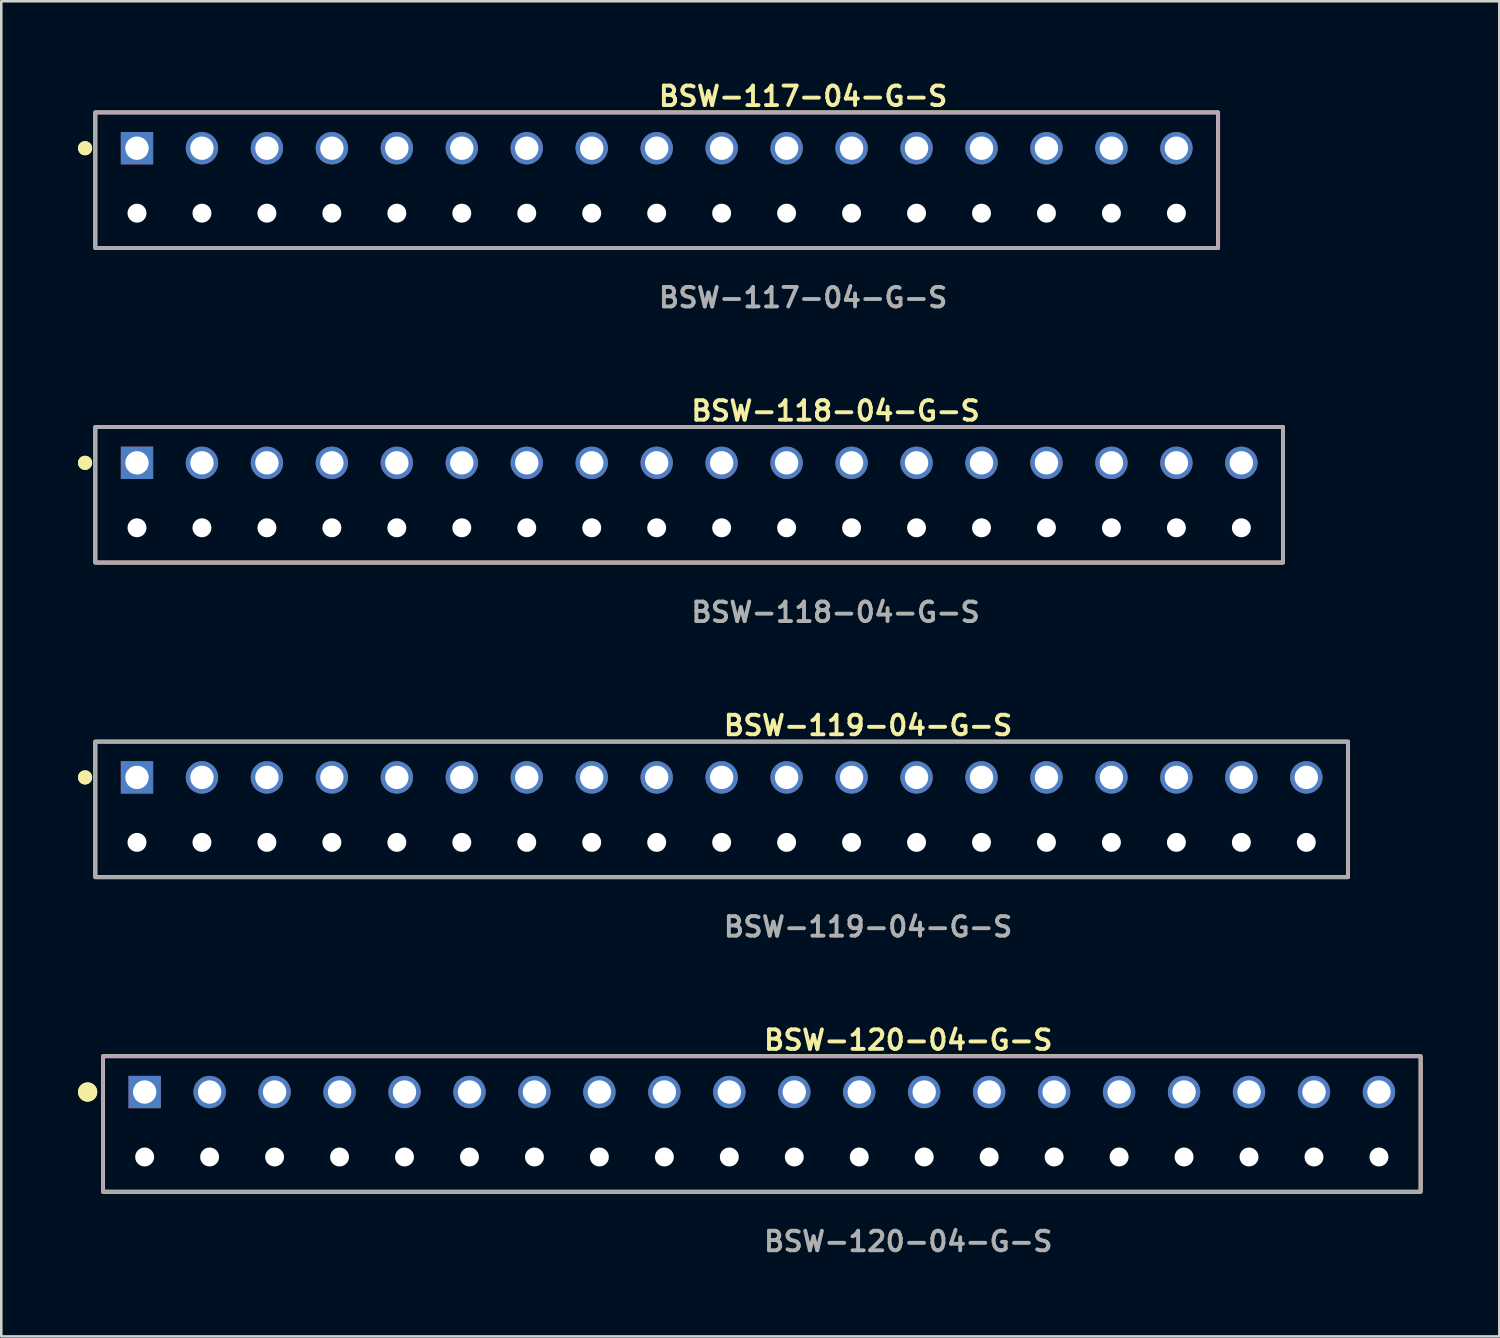
<source format=kicad_pcb>
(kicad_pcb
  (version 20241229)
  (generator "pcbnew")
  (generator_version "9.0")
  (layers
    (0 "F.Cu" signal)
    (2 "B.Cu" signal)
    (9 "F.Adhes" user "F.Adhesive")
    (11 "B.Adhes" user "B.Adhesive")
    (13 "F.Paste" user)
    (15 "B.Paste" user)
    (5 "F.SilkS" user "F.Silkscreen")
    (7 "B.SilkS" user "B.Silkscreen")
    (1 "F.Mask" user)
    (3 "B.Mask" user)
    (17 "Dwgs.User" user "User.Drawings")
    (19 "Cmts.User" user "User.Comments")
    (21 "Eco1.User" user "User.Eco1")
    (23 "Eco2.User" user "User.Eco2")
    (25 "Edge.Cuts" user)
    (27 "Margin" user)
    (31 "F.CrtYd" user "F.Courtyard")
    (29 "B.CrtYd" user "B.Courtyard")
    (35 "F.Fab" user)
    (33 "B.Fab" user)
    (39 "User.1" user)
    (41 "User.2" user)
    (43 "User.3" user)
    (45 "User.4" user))
  (footprint "BSW-118-04-G-S"
    (layer "F.Cu")
    (at 23.896 15.046)
    (property "Reference" "BSW-118-04-G-S" (at 0 -2.032 0) (unlocked yes) (layer "F.SilkS") (effects (font (size 0.762 0.762) (thickness 0.152)) (justify left)))
    (fp_rect (start -23.22 3.9) (end 23.22 -1.4) (stroke (width 0.152) (type solid)) (fill no) (layer "F.SilkS"))
    (fp_circle (center -23.62 0) (end -23.82 0) (stroke (width 0.152) (type solid)) (fill yes) (layer "F.SilkS"))
    (fp_circle (center -23.62 0) (end -23.82 0) (stroke (width 0.152) (type solid)) (fill yes) (layer "F.SilkS"))
    (fp_rect (start -23.22 3.9) (end 23.22 -1.4) (stroke (width 0.006) (type solid)) (fill no) (layer "F.CrtYd"))
    (fp_rect (start -23.22 3.9) (end 23.22 -1.4) (stroke (width 0.152) (type solid)) (fill no) (layer "F.Fab"))
    (fp_text user "${REFERENCE}" (at 0 5.842 0) (unlocked yes) (layer "F.Fab") (effects (font (size 0.762 0.762) (thickness 0.152)) (justify left)))
    (pad "" np_thru_hole circle (at -21.59 2.54) (size 0.74 0.74) (drill 0.74) (layers "*.Cu" "*.Mask"))
    (pad "" np_thru_hole circle (at -19.05 2.54) (size 0.74 0.74) (drill 0.74) (layers "*.Cu" "*.Mask"))
    (pad "" np_thru_hole circle (at -16.51 2.54) (size 0.74 0.74) (drill 0.74) (layers "*.Cu" "*.Mask"))
    (pad "" np_thru_hole circle (at -13.97 2.54) (size 0.74 0.74) (drill 0.74) (layers "*.Cu" "*.Mask"))
    (pad "" np_thru_hole circle (at -11.43 2.54) (size 0.74 0.74) (drill 0.74) (layers "*.Cu" "*.Mask"))
    (pad "" np_thru_hole circle (at -8.89 2.54) (size 0.74 0.74) (drill 0.74) (layers "*.Cu" "*.Mask"))
    (pad "" np_thru_hole circle (at -6.35 2.54) (size 0.74 0.74) (drill 0.74) (layers "*.Cu" "*.Mask"))
    (pad "" np_thru_hole circle (at -3.81 2.54) (size 0.74 0.74) (drill 0.74) (layers "*.Cu" "*.Mask"))
    (pad "" np_thru_hole circle (at -1.27 2.54) (size 0.74 0.74) (drill 0.74) (layers "*.Cu" "*.Mask"))
    (pad "" np_thru_hole circle (at 1.27 2.54) (size 0.74 0.74) (drill 0.74) (layers "*.Cu" "*.Mask"))
    (pad "" np_thru_hole circle (at 3.81 2.54) (size 0.74 0.74) (drill 0.74) (layers "*.Cu" "*.Mask"))
    (pad "" np_thru_hole circle (at 6.35 2.54) (size 0.74 0.74) (drill 0.74) (layers "*.Cu" "*.Mask"))
    (pad "" np_thru_hole circle (at 8.89 2.54) (size 0.74 0.74) (drill 0.74) (layers "*.Cu" "*.Mask"))
    (pad "" np_thru_hole circle (at 11.43 2.54) (size 0.74 0.74) (drill 0.74) (layers "*.Cu" "*.Mask"))
    (pad "" np_thru_hole circle (at 13.97 2.54) (size 0.74 0.74) (drill 0.74) (layers "*.Cu" "*.Mask"))
    (pad "" np_thru_hole circle (at 16.51 2.54) (size 0.74 0.74) (drill 0.74) (layers "*.Cu" "*.Mask"))
    (pad "" np_thru_hole circle (at 19.05 2.54) (size 0.74 0.74) (drill 0.74) (layers "*.Cu" "*.Mask"))
    (pad "" np_thru_hole circle (at 21.59 2.54) (size 0.74 0.74) (drill 0.74) (layers "*.Cu" "*.Mask"))
    (pad "1" thru_hole rect (at -21.59 0) (size 1.264 1.264) (drill 0.914) (layers "*.Cu" "*.Mask"))
    (pad "2" thru_hole circle (at -19.05 0) (size 1.264 1.264) (drill 0.914) (layers "*.Cu" "*.Mask"))
    (pad "3" thru_hole circle (at -16.51 0) (size 1.264 1.264) (drill 0.914) (layers "*.Cu" "*.Mask"))
    (pad "4" thru_hole circle (at -13.97 0) (size 1.264 1.264) (drill 0.914) (layers "*.Cu" "*.Mask"))
    (pad "5" thru_hole circle (at -11.43 0) (size 1.264 1.264) (drill 0.914) (layers "*.Cu" "*.Mask"))
    (pad "6" thru_hole circle (at -8.89 0) (size 1.264 1.264) (drill 0.914) (layers "*.Cu" "*.Mask"))
    (pad "7" thru_hole circle (at -6.35 0) (size 1.264 1.264) (drill 0.914) (layers "*.Cu" "*.Mask"))
    (pad "8" thru_hole circle (at -3.81 0) (size 1.264 1.264) (drill 0.914) (layers "*.Cu" "*.Mask"))
    (pad "9" thru_hole circle (at -1.27 0) (size 1.264 1.264) (drill 0.914) (layers "*.Cu" "*.Mask"))
    (pad "10" thru_hole circle (at 1.27 0) (size 1.264 1.264) (drill 0.914) (layers "*.Cu" "*.Mask"))
    (pad "11" thru_hole circle (at 3.81 0) (size 1.264 1.264) (drill 0.914) (layers "*.Cu" "*.Mask"))
    (pad "12" thru_hole circle (at 6.35 0) (size 1.264 1.264) (drill 0.914) (layers "*.Cu" "*.Mask"))
    (pad "13" thru_hole circle (at 8.89 0) (size 1.264 1.264) (drill 0.914) (layers "*.Cu" "*.Mask"))
    (pad "14" thru_hole circle (at 11.43 0) (size 1.264 1.264) (drill 0.914) (layers "*.Cu" "*.Mask"))
    (pad "15" thru_hole circle (at 13.97 0) (size 1.264 1.264) (drill 0.914) (layers "*.Cu" "*.Mask"))
    (pad "16" thru_hole circle (at 16.51 0) (size 1.264 1.264) (drill 0.914) (layers "*.Cu" "*.Mask"))
    (pad "17" thru_hole circle (at 19.05 0) (size 1.264 1.264) (drill 0.914) (layers "*.Cu" "*.Mask"))
    (pad "18" thru_hole circle (at 21.59 0) (size 1.264 1.264) (drill 0.914) (layers "*.Cu" "*.Mask")))
  (footprint "BSW-120-04-G-S"
    (layer "F.Cu")
    (at 26.736 39.647)
    (property "Reference" "BSW-120-04-G-S" (at 0 -2.032 0) (unlocked yes) (layer "F.SilkS") (effects (font (size 0.762 0.762) (thickness 0.152)) (justify left)))
    (fp_rect (start -25.76 3.9) (end 25.76 -1.4) (stroke (width 0.152) (type solid)) (fill no) (layer "F.SilkS"))
    (fp_circle (center -26.36 0) (end -26.66 0) (stroke (width 0.152) (type solid)) (fill yes) (layer "F.SilkS"))
    (fp_circle (center -26.36 0) (end -26.66 0) (stroke (width 0.152) (type solid)) (fill yes) (layer "F.SilkS"))
    (fp_rect (start -25.76 3.9) (end 25.76 -1.4) (stroke (width 0.006) (type solid)) (fill no) (layer "F.CrtYd"))
    (fp_rect (start -25.76 3.9) (end 25.76 -1.4) (stroke (width 0.152) (type solid)) (fill no) (layer "F.Fab"))
    (fp_text user "${REFERENCE}" (at 0 5.842 0) (unlocked yes) (layer "F.Fab") (effects (font (size 0.762 0.762) (thickness 0.152)) (justify left)))
    (pad "" np_thru_hole circle (at -24.13 2.54) (size 0.74 0.74) (drill 0.74) (layers "*.Cu" "*.Mask"))
    (pad "" np_thru_hole circle (at -21.59 2.54) (size 0.74 0.74) (drill 0.74) (layers "*.Cu" "*.Mask"))
    (pad "" np_thru_hole circle (at -19.05 2.54) (size 0.74 0.74) (drill 0.74) (layers "*.Cu" "*.Mask"))
    (pad "" np_thru_hole circle (at -16.51 2.54) (size 0.74 0.74) (drill 0.74) (layers "*.Cu" "*.Mask"))
    (pad "" np_thru_hole circle (at -13.97 2.54) (size 0.74 0.74) (drill 0.74) (layers "*.Cu" "*.Mask"))
    (pad "" np_thru_hole circle (at -11.43 2.54) (size 0.74 0.74) (drill 0.74) (layers "*.Cu" "*.Mask"))
    (pad "" np_thru_hole circle (at -8.89 2.54) (size 0.74 0.74) (drill 0.74) (layers "*.Cu" "*.Mask"))
    (pad "" np_thru_hole circle (at -6.35 2.54) (size 0.74 0.74) (drill 0.74) (layers "*.Cu" "*.Mask"))
    (pad "" np_thru_hole circle (at -3.81 2.54) (size 0.74 0.74) (drill 0.74) (layers "*.Cu" "*.Mask"))
    (pad "" np_thru_hole circle (at -1.27 2.54) (size 0.74 0.74) (drill 0.74) (layers "*.Cu" "*.Mask"))
    (pad "" np_thru_hole circle (at 1.27 2.54) (size 0.74 0.74) (drill 0.74) (layers "*.Cu" "*.Mask"))
    (pad "" np_thru_hole circle (at 3.81 2.54) (size 0.74 0.74) (drill 0.74) (layers "*.Cu" "*.Mask"))
    (pad "" np_thru_hole circle (at 6.35 2.54) (size 0.74 0.74) (drill 0.74) (layers "*.Cu" "*.Mask"))
    (pad "" np_thru_hole circle (at 8.89 2.54) (size 0.74 0.74) (drill 0.74) (layers "*.Cu" "*.Mask"))
    (pad "" np_thru_hole circle (at 11.43 2.54) (size 0.74 0.74) (drill 0.74) (layers "*.Cu" "*.Mask"))
    (pad "" np_thru_hole circle (at 13.97 2.54) (size 0.74 0.74) (drill 0.74) (layers "*.Cu" "*.Mask"))
    (pad "" np_thru_hole circle (at 16.51 2.54) (size 0.74 0.74) (drill 0.74) (layers "*.Cu" "*.Mask"))
    (pad "" np_thru_hole circle (at 19.05 2.54) (size 0.74 0.74) (drill 0.74) (layers "*.Cu" "*.Mask"))
    (pad "" np_thru_hole circle (at 21.59 2.54) (size 0.74 0.74) (drill 0.74) (layers "*.Cu" "*.Mask"))
    (pad "" np_thru_hole circle (at 24.13 2.54) (size 0.74 0.74) (drill 0.74) (layers "*.Cu" "*.Mask"))
    (pad "1" thru_hole rect (at -24.13 0) (size 1.264 1.264) (drill 0.914) (layers "*.Cu" "*.Mask"))
    (pad "2" thru_hole circle (at -21.59 0) (size 1.264 1.264) (drill 0.914) (layers "*.Cu" "*.Mask"))
    (pad "3" thru_hole circle (at -19.05 0) (size 1.264 1.264) (drill 0.914) (layers "*.Cu" "*.Mask"))
    (pad "4" thru_hole circle (at -16.51 0) (size 1.264 1.264) (drill 0.914) (layers "*.Cu" "*.Mask"))
    (pad "5" thru_hole circle (at -13.97 0) (size 1.264 1.264) (drill 0.914) (layers "*.Cu" "*.Mask"))
    (pad "6" thru_hole circle (at -11.43 0) (size 1.264 1.264) (drill 0.914) (layers "*.Cu" "*.Mask"))
    (pad "7" thru_hole circle (at -8.89 0) (size 1.264 1.264) (drill 0.914) (layers "*.Cu" "*.Mask"))
    (pad "8" thru_hole circle (at -6.35 0) (size 1.264 1.264) (drill 0.914) (layers "*.Cu" "*.Mask"))
    (pad "9" thru_hole circle (at -3.81 0) (size 1.264 1.264) (drill 0.914) (layers "*.Cu" "*.Mask"))
    (pad "10" thru_hole circle (at -1.27 0) (size 1.264 1.264) (drill 0.914) (layers "*.Cu" "*.Mask"))
    (pad "11" thru_hole circle (at 1.27 0) (size 1.264 1.264) (drill 0.914) (layers "*.Cu" "*.Mask"))
    (pad "12" thru_hole circle (at 3.81 0) (size 1.264 1.264) (drill 0.914) (layers "*.Cu" "*.Mask"))
    (pad "13" thru_hole circle (at 6.35 0) (size 1.264 1.264) (drill 0.914) (layers "*.Cu" "*.Mask"))
    (pad "14" thru_hole circle (at 8.89 0) (size 1.264 1.264) (drill 0.914) (layers "*.Cu" "*.Mask"))
    (pad "15" thru_hole circle (at 11.43 0) (size 1.264 1.264) (drill 0.914) (layers "*.Cu" "*.Mask"))
    (pad "16" thru_hole circle (at 13.97 0) (size 1.264 1.264) (drill 0.914) (layers "*.Cu" "*.Mask"))
    (pad "17" thru_hole circle (at 16.51 0) (size 1.264 1.264) (drill 0.914) (layers "*.Cu" "*.Mask"))
    (pad "18" thru_hole circle (at 19.05 0) (size 1.264 1.264) (drill 0.914) (layers "*.Cu" "*.Mask"))
    (pad "19" thru_hole circle (at 21.59 0) (size 1.264 1.264) (drill 0.914) (layers "*.Cu" "*.Mask"))
    (pad "20" thru_hole circle (at 24.13 0) (size 1.264 1.264) (drill 0.914) (layers "*.Cu" "*.Mask")))
  (footprint "BSW-119-04-G-S"
    (layer "F.Cu")
    (at 25.166 27.346)
    (property "Reference" "BSW-119-04-G-S" (at 0 -2.032 0) (unlocked yes) (layer "F.SilkS") (effects (font (size 0.762 0.762) (thickness 0.152)) (justify left)))
    (fp_rect (start -24.49 3.9) (end 24.49 -1.4) (stroke (width 0.152) (type solid)) (fill no) (layer "F.SilkS"))
    (fp_circle (center -24.89 0) (end -25.09 0) (stroke (width 0.152) (type solid)) (fill yes) (layer "F.SilkS"))
    (fp_circle (center -24.89 0) (end -25.09 0) (stroke (width 0.152) (type solid)) (fill yes) (layer "F.SilkS"))
    (fp_rect (start -24.49 3.9) (end 24.49 -1.4) (stroke (width 0.006) (type solid)) (fill no) (layer "F.CrtYd"))
    (fp_rect (start -24.49 3.9) (end 24.49 -1.4) (stroke (width 0.152) (type solid)) (fill no) (layer "F.Fab"))
    (fp_text user "${REFERENCE}" (at 0 5.842 0) (unlocked yes) (layer "F.Fab") (effects (font (size 0.762 0.762) (thickness 0.152)) (justify left)))
    (pad "" np_thru_hole circle (at -22.86 2.54) (size 0.74 0.74) (drill 0.74) (layers "*.Cu" "*.Mask"))
    (pad "" np_thru_hole circle (at -20.32 2.54) (size 0.74 0.74) (drill 0.74) (layers "*.Cu" "*.Mask"))
    (pad "" np_thru_hole circle (at -17.78 2.54) (size 0.74 0.74) (drill 0.74) (layers "*.Cu" "*.Mask"))
    (pad "" np_thru_hole circle (at -15.24 2.54) (size 0.74 0.74) (drill 0.74) (layers "*.Cu" "*.Mask"))
    (pad "" np_thru_hole circle (at -12.7 2.54) (size 0.74 0.74) (drill 0.74) (layers "*.Cu" "*.Mask"))
    (pad "" np_thru_hole circle (at -10.16 2.54) (size 0.74 0.74) (drill 0.74) (layers "*.Cu" "*.Mask"))
    (pad "" np_thru_hole circle (at -7.62 2.54) (size 0.74 0.74) (drill 0.74) (layers "*.Cu" "*.Mask"))
    (pad "" np_thru_hole circle (at -5.08 2.54) (size 0.74 0.74) (drill 0.74) (layers "*.Cu" "*.Mask"))
    (pad "" np_thru_hole circle (at -2.54 2.54) (size 0.74 0.74) (drill 0.74) (layers "*.Cu" "*.Mask"))
    (pad "" np_thru_hole circle (at 0 2.54) (size 0.74 0.74) (drill 0.74) (layers "*.Cu" "*.Mask"))
    (pad "" np_thru_hole circle (at 2.54 2.54) (size 0.74 0.74) (drill 0.74) (layers "*.Cu" "*.Mask"))
    (pad "" np_thru_hole circle (at 5.08 2.54) (size 0.74 0.74) (drill 0.74) (layers "*.Cu" "*.Mask"))
    (pad "" np_thru_hole circle (at 7.62 2.54) (size 0.74 0.74) (drill 0.74) (layers "*.Cu" "*.Mask"))
    (pad "" np_thru_hole circle (at 10.16 2.54) (size 0.74 0.74) (drill 0.74) (layers "*.Cu" "*.Mask"))
    (pad "" np_thru_hole circle (at 12.7 2.54) (size 0.74 0.74) (drill 0.74) (layers "*.Cu" "*.Mask"))
    (pad "" np_thru_hole circle (at 15.24 2.54) (size 0.74 0.74) (drill 0.74) (layers "*.Cu" "*.Mask"))
    (pad "" np_thru_hole circle (at 17.78 2.54) (size 0.74 0.74) (drill 0.74) (layers "*.Cu" "*.Mask"))
    (pad "" np_thru_hole circle (at 20.32 2.54) (size 0.74 0.74) (drill 0.74) (layers "*.Cu" "*.Mask"))
    (pad "" np_thru_hole circle (at 22.86 2.54) (size 0.74 0.74) (drill 0.74) (layers "*.Cu" "*.Mask"))
    (pad "1" thru_hole rect (at -22.86 0) (size 1.264 1.264) (drill 0.914) (layers "*.Cu" "*.Mask"))
    (pad "2" thru_hole circle (at -20.32 0) (size 1.264 1.264) (drill 0.914) (layers "*.Cu" "*.Mask"))
    (pad "3" thru_hole circle (at -17.78 0) (size 1.264 1.264) (drill 0.914) (layers "*.Cu" "*.Mask"))
    (pad "4" thru_hole circle (at -15.24 0) (size 1.264 1.264) (drill 0.914) (layers "*.Cu" "*.Mask"))
    (pad "5" thru_hole circle (at -12.7 0) (size 1.264 1.264) (drill 0.914) (layers "*.Cu" "*.Mask"))
    (pad "6" thru_hole circle (at -10.16 0) (size 1.264 1.264) (drill 0.914) (layers "*.Cu" "*.Mask"))
    (pad "7" thru_hole circle (at -7.62 0) (size 1.264 1.264) (drill 0.914) (layers "*.Cu" "*.Mask"))
    (pad "8" thru_hole circle (at -5.08 0) (size 1.264 1.264) (drill 0.914) (layers "*.Cu" "*.Mask"))
    (pad "9" thru_hole circle (at -2.54 0) (size 1.264 1.264) (drill 0.914) (layers "*.Cu" "*.Mask"))
    (pad "10" thru_hole circle (at 0 0) (size 1.264 1.264) (drill 0.914) (layers "*.Cu" "*.Mask"))
    (pad "11" thru_hole circle (at 2.54 0) (size 1.264 1.264) (drill 0.914) (layers "*.Cu" "*.Mask"))
    (pad "12" thru_hole circle (at 5.08 0) (size 1.264 1.264) (drill 0.914) (layers "*.Cu" "*.Mask"))
    (pad "13" thru_hole circle (at 7.62 0) (size 1.264 1.264) (drill 0.914) (layers "*.Cu" "*.Mask"))
    (pad "14" thru_hole circle (at 10.16 0) (size 1.264 1.264) (drill 0.914) (layers "*.Cu" "*.Mask"))
    (pad "15" thru_hole circle (at 12.7 0) (size 1.264 1.264) (drill 0.914) (layers "*.Cu" "*.Mask"))
    (pad "16" thru_hole circle (at 15.24 0) (size 1.264 1.264) (drill 0.914) (layers "*.Cu" "*.Mask"))
    (pad "17" thru_hole circle (at 17.78 0) (size 1.264 1.264) (drill 0.914) (layers "*.Cu" "*.Mask"))
    (pad "18" thru_hole circle (at 20.32 0) (size 1.264 1.264) (drill 0.914) (layers "*.Cu" "*.Mask"))
    (pad "19" thru_hole circle (at 22.86 0) (size 1.264 1.264) (drill 0.914) (layers "*.Cu" "*.Mask")))
  (footprint "BSW-117-04-G-S"
    (layer "F.Cu")
    (at 22.626 2.745)
    (property "Reference" "BSW-117-04-G-S" (at 0 -2.032 0) (unlocked yes) (layer "F.SilkS") (effects (font (size 0.762 0.762) (thickness 0.152)) (justify left)))
    (fp_rect (start -21.95 3.9) (end 21.95 -1.4) (stroke (width 0.152) (type solid)) (fill no) (layer "F.SilkS"))
    (fp_circle (center -22.35 0) (end -22.55 0) (stroke (width 0.152) (type solid)) (fill yes) (layer "F.SilkS"))
    (fp_circle (center -22.35 0) (end -22.55 0) (stroke (width 0.152) (type solid)) (fill yes) (layer "F.SilkS"))
    (fp_rect (start -21.95 3.9) (end 21.95 -1.4) (stroke (width 0.006) (type solid)) (fill no) (layer "F.CrtYd"))
    (fp_rect (start -21.95 3.9) (end 21.95 -1.4) (stroke (width 0.152) (type solid)) (fill no) (layer "F.Fab"))
    (fp_text user "${REFERENCE}" (at 0 5.842 0) (unlocked yes) (layer "F.Fab") (effects (font (size 0.762 0.762) (thickness 0.152)) (justify left)))
    (pad "" np_thru_hole circle (at -20.32 2.54) (size 0.74 0.74) (drill 0.74) (layers "*.Cu" "*.Mask"))
    (pad "" np_thru_hole circle (at -17.78 2.54) (size 0.74 0.74) (drill 0.74) (layers "*.Cu" "*.Mask"))
    (pad "" np_thru_hole circle (at -15.24 2.54) (size 0.74 0.74) (drill 0.74) (layers "*.Cu" "*.Mask"))
    (pad "" np_thru_hole circle (at -12.7 2.54) (size 0.74 0.74) (drill 0.74) (layers "*.Cu" "*.Mask"))
    (pad "" np_thru_hole circle (at -10.16 2.54) (size 0.74 0.74) (drill 0.74) (layers "*.Cu" "*.Mask"))
    (pad "" np_thru_hole circle (at -7.62 2.54) (size 0.74 0.74) (drill 0.74) (layers "*.Cu" "*.Mask"))
    (pad "" np_thru_hole circle (at -5.08 2.54) (size 0.74 0.74) (drill 0.74) (layers "*.Cu" "*.Mask"))
    (pad "" np_thru_hole circle (at -2.54 2.54) (size 0.74 0.74) (drill 0.74) (layers "*.Cu" "*.Mask"))
    (pad "" np_thru_hole circle (at 0 2.54) (size 0.74 0.74) (drill 0.74) (layers "*.Cu" "*.Mask"))
    (pad "" np_thru_hole circle (at 2.54 2.54) (size 0.74 0.74) (drill 0.74) (layers "*.Cu" "*.Mask"))
    (pad "" np_thru_hole circle (at 5.08 2.54) (size 0.74 0.74) (drill 0.74) (layers "*.Cu" "*.Mask"))
    (pad "" np_thru_hole circle (at 7.62 2.54) (size 0.74 0.74) (drill 0.74) (layers "*.Cu" "*.Mask"))
    (pad "" np_thru_hole circle (at 10.16 2.54) (size 0.74 0.74) (drill 0.74) (layers "*.Cu" "*.Mask"))
    (pad "" np_thru_hole circle (at 12.7 2.54) (size 0.74 0.74) (drill 0.74) (layers "*.Cu" "*.Mask"))
    (pad "" np_thru_hole circle (at 15.24 2.54) (size 0.74 0.74) (drill 0.74) (layers "*.Cu" "*.Mask"))
    (pad "" np_thru_hole circle (at 17.78 2.54) (size 0.74 0.74) (drill 0.74) (layers "*.Cu" "*.Mask"))
    (pad "" np_thru_hole circle (at 20.32 2.54) (size 0.74 0.74) (drill 0.74) (layers "*.Cu" "*.Mask"))
    (pad "1" thru_hole rect (at -20.32 0) (size 1.264 1.264) (drill 0.914) (layers "*.Cu" "*.Mask"))
    (pad "2" thru_hole circle (at -17.78 0) (size 1.264 1.264) (drill 0.914) (layers "*.Cu" "*.Mask"))
    (pad "3" thru_hole circle (at -15.24 0) (size 1.264 1.264) (drill 0.914) (layers "*.Cu" "*.Mask"))
    (pad "4" thru_hole circle (at -12.7 0) (size 1.264 1.264) (drill 0.914) (layers "*.Cu" "*.Mask"))
    (pad "5" thru_hole circle (at -10.16 0) (size 1.264 1.264) (drill 0.914) (layers "*.Cu" "*.Mask"))
    (pad "6" thru_hole circle (at -7.62 0) (size 1.264 1.264) (drill 0.914) (layers "*.Cu" "*.Mask"))
    (pad "7" thru_hole circle (at -5.08 0) (size 1.264 1.264) (drill 0.914) (layers "*.Cu" "*.Mask"))
    (pad "8" thru_hole circle (at -2.54 0) (size 1.264 1.264) (drill 0.914) (layers "*.Cu" "*.Mask"))
    (pad "9" thru_hole circle (at 0 0) (size 1.264 1.264) (drill 0.914) (layers "*.Cu" "*.Mask"))
    (pad "10" thru_hole circle (at 2.54 0) (size 1.264 1.264) (drill 0.914) (layers "*.Cu" "*.Mask"))
    (pad "11" thru_hole circle (at 5.08 0) (size 1.264 1.264) (drill 0.914) (layers "*.Cu" "*.Mask"))
    (pad "12" thru_hole circle (at 7.62 0) (size 1.264 1.264) (drill 0.914) (layers "*.Cu" "*.Mask"))
    (pad "13" thru_hole circle (at 10.16 0) (size 1.264 1.264) (drill 0.914) (layers "*.Cu" "*.Mask"))
    (pad "14" thru_hole circle (at 12.7 0) (size 1.264 1.264) (drill 0.914) (layers "*.Cu" "*.Mask"))
    (pad "15" thru_hole circle (at 15.24 0) (size 1.264 1.264) (drill 0.914) (layers "*.Cu" "*.Mask"))
    (pad "16" thru_hole circle (at 17.78 0) (size 1.264 1.264) (drill 0.914) (layers "*.Cu" "*.Mask"))
    (pad "17" thru_hole circle (at 20.32 0) (size 1.264 1.264) (drill 0.914) (layers "*.Cu" "*.Mask")))
  (gr_rect
    (start -3 -3)
    (end 55.572 49.202)
    (stroke (width 0.1) (type default))
    (fill no)
    (layer "Edge.Cuts")))
</source>
